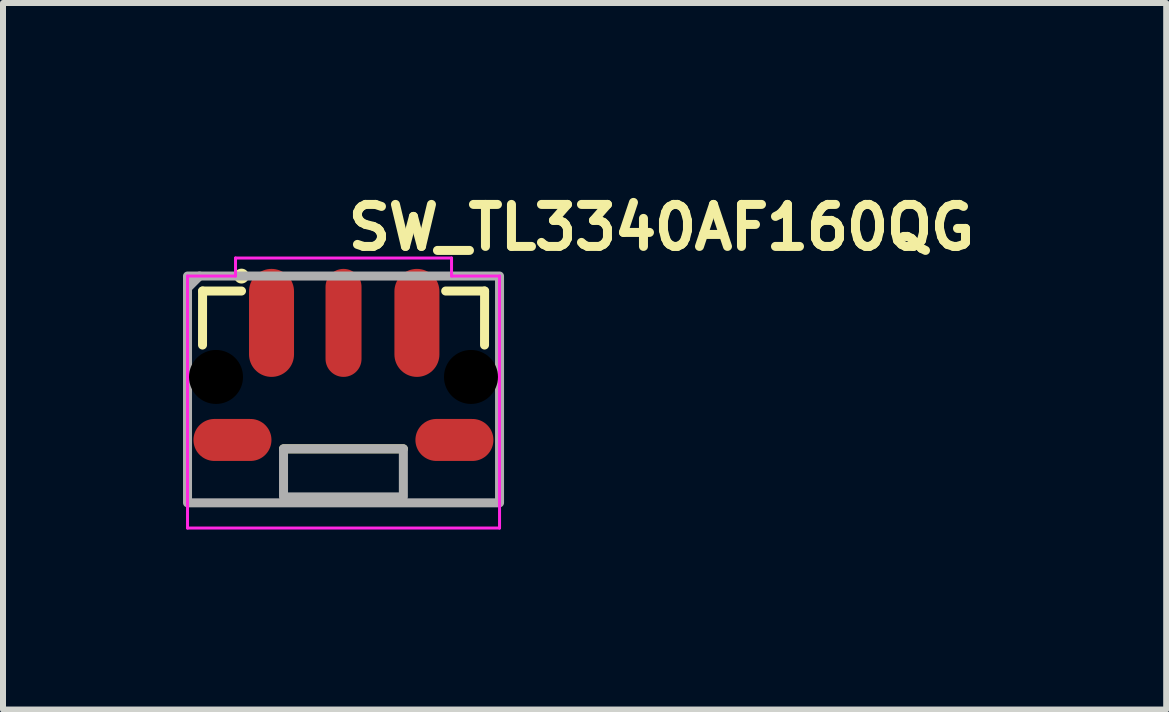
<source format=kicad_pcb>
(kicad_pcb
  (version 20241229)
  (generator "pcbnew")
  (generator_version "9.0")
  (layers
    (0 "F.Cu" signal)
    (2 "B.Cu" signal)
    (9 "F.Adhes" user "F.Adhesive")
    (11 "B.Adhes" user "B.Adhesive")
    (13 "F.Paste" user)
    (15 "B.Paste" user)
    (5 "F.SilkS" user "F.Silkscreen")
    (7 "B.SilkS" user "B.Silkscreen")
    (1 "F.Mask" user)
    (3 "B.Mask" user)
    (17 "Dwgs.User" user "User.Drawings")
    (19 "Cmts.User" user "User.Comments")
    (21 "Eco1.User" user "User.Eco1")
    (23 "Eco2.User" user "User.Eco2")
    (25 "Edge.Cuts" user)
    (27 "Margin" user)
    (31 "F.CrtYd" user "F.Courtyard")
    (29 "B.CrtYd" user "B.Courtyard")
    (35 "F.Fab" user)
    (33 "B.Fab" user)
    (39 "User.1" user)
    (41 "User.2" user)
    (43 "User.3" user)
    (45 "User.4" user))
  (footprint "SW_TL3340AF160QG"
    (layer "F.Cu")
    (at 2.675 3.45)
    (property "Reference" "SW_TL3340AF160QG" (at 0 -2.3 0) (layer "F.SilkS") (effects (font (size 0.7 0.7) (thickness 0.15)) (justify left bottom)))
    (attr smd)
    (fp_line (start -2.349 -1.65) (end -2.35 -0.75) (stroke (width 0.15) (type solid)) (layer "F.SilkS"))
    (fp_line (start -2.349 -1.65) (end -1.7 -1.65) (stroke (width 0.15) (type solid)) (layer "F.SilkS"))
    (fp_line (start -1 0.98) (end 0.997 0.98) (stroke (width 0.15) (type solid)) (layer "F.SilkS"))
    (fp_line (start 1.702 -1.65) (end 2.351 -1.65) (stroke (width 0.15) (type solid)) (layer "F.SilkS"))
    (fp_line (start 2.351 -1.65) (end 2.35 -0.75) (stroke (width 0.15) (type solid)) (layer "F.SilkS"))
    (fp_circle (center -1.7 -1.899) (end -1.651 -1.899) (stroke (width 0.15) (type solid)) (fill yes) (layer "F.SilkS"))
    (fp_line (start -2.6 -1.9) (end -1.8 -1.9) (stroke (width 0.05) (type solid)) (layer "F.CrtYd"))
    (fp_line (start -2.6 2.3) (end -2.6 -1.9) (stroke (width 0.05) (type solid)) (layer "F.CrtYd"))
    (fp_line (start -1.8 -2.2) (end 1.8 -2.2) (stroke (width 0.05) (type solid)) (layer "F.CrtYd"))
    (fp_line (start -1.8 -1.9) (end -1.8 -2.2) (stroke (width 0.05) (type solid)) (layer "F.CrtYd"))
    (fp_line (start 1.8 -2.2) (end 1.8 -1.9) (stroke (width 0.05) (type solid)) (layer "F.CrtYd"))
    (fp_line (start 1.8 -1.9) (end 2.6 -1.9) (stroke (width 0.05) (type solid)) (layer "F.CrtYd"))
    (fp_line (start 2.6 -1.9) (end 2.6 2.3) (stroke (width 0.05) (type solid)) (layer "F.CrtYd"))
    (fp_line (start 2.6 2.3) (end -2.6 2.3) (stroke (width 0.05) (type solid)) (layer "F.CrtYd"))
    (fp_line (start -2.6 -1.7) (end -2.4 -1.9) (stroke (width 0.15) (type solid)) (layer "F.Fab"))
    (fp_rect (start -2.6 1.88) (end 2.6 -1.9) (stroke (width 0.15) (type solid)) (fill no) (layer "F.Fab"))
    (fp_rect (start 0.997 0.98) (end -1 1.781) (stroke (width 0.15) (type solid)) (fill no) (layer "F.Fab"))
    (fp_rect (start -2.25 -1.833) (end 2.249 1.832) (stroke (width 0.1) (type solid)) (fill no) (layer "User.5"))
    (fp_line (start -2.25 -1.518) (end -2.25 -0.82) (stroke (width 0.02) (type solid)) (layer "User.9"))
    (fp_line (start -2.25 -0.82) (end -2.25 -0.57) (stroke (width 0.02) (type solid)) (layer "User.9"))
    (fp_line (start -2.25 -0.82) (end -2.165 -0.82) (stroke (width 0.02) (type solid)) (layer "User.9"))
    (fp_line (start -2.25 -0.57) (end -2.25 0.682) (stroke (width 0.02) (type solid)) (layer "User.9"))
    (fp_line (start -2.25 -0.57) (end -2 -0.57) (stroke (width 0.02) (type solid)) (layer "User.9"))
    (fp_line (start -2.25 0.696) (end -2.25 0.682) (stroke (width 0.02) (type solid)) (layer "User.9"))
    (fp_line (start -2.25 0.707) (end -2.25 0.696) (stroke (width 0.02) (type solid)) (layer "User.9"))
    (fp_line (start -2.25 0.721) (end -2.25 0.707) (stroke (width 0.02) (type solid)) (layer "User.9"))
    (fp_line (start -2.246 0.734) (end -2.25 0.721) (stroke (width 0.02) (type solid)) (layer "User.9"))
    (fp_line (start -2.243 0.747) (end -2.246 0.734) (stroke (width 0.02) (type solid)) (layer "User.9"))
    (fp_line (start -2.242 0.76) (end -2.243 0.747) (stroke (width 0.02) (type solid)) (layer "User.9"))
    (fp_line (start -2.238 0.774) (end -2.242 0.76) (stroke (width 0.02) (type solid)) (layer "User.9"))
    (fp_line (start -2.234 0.787) (end -2.238 0.774) (stroke (width 0.02) (type solid)) (layer "User.9"))
    (fp_line (start -2.227 0.799) (end -2.234 0.787) (stroke (width 0.02) (type solid)) (layer "User.9"))
    (fp_line (start -2.222 0.811) (end -2.227 0.799) (stroke (width 0.02) (type solid)) (layer "User.9"))
    (fp_line (start -2.218 0.822) (end -2.222 0.811) (stroke (width 0.02) (type solid)) (layer "User.9"))
    (fp_line (start -2.21 0.832) (end -2.218 0.822) (stroke (width 0.02) (type solid)) (layer "User.9"))
    (fp_line (start -2.203 0.843) (end -2.21 0.832) (stroke (width 0.02) (type solid)) (layer "User.9"))
    (fp_line (start -2.195 0.853) (end -2.203 0.843) (stroke (width 0.02) (type solid)) (layer "User.9"))
    (fp_line (start -2.19 0.864) (end -2.195 0.853) (stroke (width 0.02) (type solid)) (layer "User.9"))
    (fp_line (start -2.182 0.874) (end -2.19 0.864) (stroke (width 0.02) (type solid)) (layer "User.9"))
    (fp_line (start -2.173 0.884) (end -2.182 0.874) (stroke (width 0.02) (type solid)) (layer "User.9"))
    (fp_line (start -2.165 -1.518) (end -2.25 -1.518) (stroke (width 0.02) (type solid)) (layer "User.9"))
    (fp_line (start -2.165 -1.518) (end -1.909 -1.518) (stroke (width 0.02) (type solid)) (layer "User.9"))
    (fp_line (start -2.162 0.893) (end -2.173 0.884) (stroke (width 0.02) (type solid)) (layer "User.9"))
    (fp_line (start -2.153 0.904) (end -2.162 0.893) (stroke (width 0.02) (type solid)) (layer "User.9"))
    (fp_line (start -2.145 0.912) (end -2.153 0.904) (stroke (width 0.02) (type solid)) (layer "User.9"))
    (fp_line (start -2.133 0.92) (end -2.145 0.912) (stroke (width 0.02) (type solid)) (layer "User.9"))
    (fp_line (start -2.122 0.928) (end -2.133 0.92) (stroke (width 0.02) (type solid)) (layer "User.9"))
    (fp_line (start -2.113 0.935) (end -2.122 0.928) (stroke (width 0.02) (type solid)) (layer "User.9"))
    (fp_line (start -2.101 0.942) (end -2.113 0.935) (stroke (width 0.02) (type solid)) (layer "User.9"))
    (fp_line (start -2.089 0.948) (end -2.101 0.942) (stroke (width 0.02) (type solid)) (layer "User.9"))
    (fp_line (start -2.077 0.954) (end -2.089 0.948) (stroke (width 0.02) (type solid)) (layer "User.9"))
    (fp_line (start -2.065 0.959) (end -2.077 0.954) (stroke (width 0.02) (type solid)) (layer "User.9"))
    (fp_line (start -2.053 0.962) (end -2.065 0.959) (stroke (width 0.02) (type solid)) (layer "User.9"))
    (fp_line (start -2.04 0.967) (end -2.053 0.962) (stroke (width 0.02) (type solid)) (layer "User.9"))
    (fp_line (start -2.028 0.97) (end -2.04 0.967) (stroke (width 0.02) (type solid)) (layer "User.9"))
    (fp_line (start -2.016 0.973) (end -2.028 0.97) (stroke (width 0.02) (type solid)) (layer "User.9"))
    (fp_line (start -2 -1.569) (end -2 -1.518) (stroke (width 0.02) (type solid)) (layer "User.9"))
    (fp_line (start -2 -0.82) (end -2.165 -0.82) (stroke (width 0.02) (type solid)) (layer "User.9"))
    (fp_line (start -2 -0.82) (end -2 0.782) (stroke (width 0.02) (type solid)) (layer "User.9"))
    (fp_line (start -2 0.782) (end -2 0.976) (stroke (width 0.02) (type solid)) (layer "User.9"))
    (fp_line (start -2 0.782) (end -1.901 0.782) (stroke (width 0.02) (type solid)) (layer "User.9"))
    (fp_line (start -2 0.976) (end -2.016 0.973) (stroke (width 0.02) (type solid)) (layer "User.9"))
    (fp_line (start -1.994 0.977) (end -2 0.976) (stroke (width 0.02) (type solid)) (layer "User.9"))
    (fp_line (start -1.988 0.978) (end -1.994 0.977) (stroke (width 0.02) (type solid)) (layer "User.9"))
    (fp_line (start -1.982 0.979) (end -1.988 0.978) (stroke (width 0.02) (type solid)) (layer "User.9"))
    (fp_line (start -1.976 0.979) (end -1.982 0.979) (stroke (width 0.02) (type solid)) (layer "User.9"))
    (fp_line (start -1.97 0.98) (end -1.976 0.979) (stroke (width 0.02) (type solid)) (layer "User.9"))
    (fp_line (start -1.966 -1.569) (end -2 -1.569) (stroke (width 0.02) (type solid)) (layer "User.9"))
    (fp_line (start -1.966 -1.569) (end -1.635 -1.569) (stroke (width 0.02) (type solid)) (layer "User.9"))
    (fp_line (start -1.964 0.98) (end -1.97 0.98) (stroke (width 0.02) (type solid)) (layer "User.9"))
    (fp_line (start -1.958 0.98) (end -1.964 0.98) (stroke (width 0.02) (type solid)) (layer "User.9"))
    (fp_line (start -1.95 0.98) (end -1.958 0.98) (stroke (width 0.02) (type solid)) (layer "User.9"))
    (fp_line (start -1.95 0.98) (end 1.949 0.98) (stroke (width 0.02) (type solid)) (layer "User.9"))
    (fp_line (start -1.901 -0.82) (end -2 -0.82) (stroke (width 0.02) (type solid)) (layer "User.9"))
    (fp_line (start -1.901 -0.82) (end -1.5 -0.82) (stroke (width 0.02) (type solid)) (layer "User.9"))
    (fp_line (start -1.851 -1.518) (end -1.909 -1.518) (stroke (width 0.02) (type solid)) (layer "User.9"))
    (fp_line (start -1.851 -1.518) (end -1.851 -1.319) (stroke (width 0.02) (type solid)) (layer "User.9"))
    (fp_line (start -1.851 -1.518) (end -1.738 -1.518) (stroke (width 0.02) (type solid)) (layer "User.9"))
    (fp_line (start -1.851 -1.518) (end -1.738 -1.518) (stroke (width 0.02) (type solid)) (layer "User.9"))
    (fp_line (start -1.851 -1.018) (end -1.851 -1.319) (stroke (width 0.02) (type solid)) (layer "User.9"))
    (fp_line (start -1.851 -1.018) (end -1.851 -0.82) (stroke (width 0.02) (type solid)) (layer "User.9"))
    (fp_line (start -1.738 -1.518) (end -1.651 -1.518) (stroke (width 0.02) (type solid)) (layer "User.9"))
    (fp_line (start -1.73 0.98) (end -1.73 1.082) (stroke (width 0.02) (type solid)) (layer "User.9"))
    (fp_line (start -1.73 1.082) (end -1.726 1.082) (stroke (width 0.02) (type solid)) (layer "User.9"))
    (fp_line (start -1.726 1.082) (end -1.726 1.082) (stroke (width 0.02) (type solid)) (layer "User.9"))
    (fp_line (start -1.726 1.082) (end -1.708 1.082) (stroke (width 0.02) (type solid)) (layer "User.9"))
    (fp_line (start -1.708 1.082) (end -1.708 1.082) (stroke (width 0.02) (type solid)) (layer "User.9"))
    (fp_line (start -1.708 1.082) (end -1.68 1.082) (stroke (width 0.02) (type solid)) (layer "User.9"))
    (fp_line (start -1.68 1.082) (end -1.68 1.082) (stroke (width 0.02) (type solid)) (layer "User.9"))
    (fp_line (start -1.68 1.082) (end -1.601 1.082) (stroke (width 0.02) (type solid)) (layer "User.9"))
    (fp_line (start -1.651 -1.518) (end -1.851 -1.518) (stroke (width 0.02) (type solid)) (layer "User.9"))
    (fp_line (start -1.651 -1.319) (end -1.651 -1.518) (stroke (width 0.02) (type solid)) (layer "User.9"))
    (fp_line (start -1.651 -1.018) (end -1.651 -1.319) (stroke (width 0.02) (type solid)) (layer "User.9"))
    (fp_line (start -1.651 -0.82) (end -1.651 -1.018) (stroke (width 0.02) (type solid)) (layer "User.9"))
    (fp_line (start -1.601 -1.569) (end -1.635 -1.569) (stroke (width 0.02) (type solid)) (layer "User.9"))
    (fp_line (start -1.601 -1.569) (end -1.601 -0.82) (stroke (width 0.02) (type solid)) (layer "User.9"))
    (fp_line (start -1.601 1.082) (end -1.601 1.082) (stroke (width 0.02) (type solid)) (layer "User.9"))
    (fp_line (start -1.601 1.082) (end -1.5 1.082) (stroke (width 0.02) (type solid)) (layer "User.9"))
    (fp_line (start -1.5 -1.833) (end -0.85 -1.833) (stroke (width 0.02) (type solid)) (layer "User.9"))
    (fp_line (start -1.5 -1.686) (end -1.5 -1.833) (stroke (width 0.02) (type solid)) (layer "User.9"))
    (fp_line (start -1.5 -1.686) (end -0.85 -1.686) (stroke (width 0.02) (type solid)) (layer "User.9"))
    (fp_line (start -1.5 -1.619) (end -1.5 -1.686) (stroke (width 0.02) (type solid)) (layer "User.9"))
    (fp_line (start -1.5 -1.619) (end -0.85 -1.619) (stroke (width 0.02) (type solid)) (layer "User.9"))
    (fp_line (start -1.5 -1.569) (end -1.601 -1.569) (stroke (width 0.02) (type solid)) (layer "User.9"))
    (fp_line (start -1.5 -1.569) (end -1.5 -1.619) (stroke (width 0.02) (type solid)) (layer "User.9"))
    (fp_line (start -1.5 -1.569) (end 1.499 -1.569) (stroke (width 0.02) (type solid)) (layer "User.9"))
    (fp_line (start -1.5 1.082) (end -1.5 1.082) (stroke (width 0.02) (type solid)) (layer "User.9"))
    (fp_line (start -1.5 1.082) (end -1.357 1.082) (stroke (width 0.02) (type solid)) (layer "User.9"))
    (fp_line (start -1.357 1.082) (end -1.357 1.082) (stroke (width 0.02) (type solid)) (layer "User.9"))
    (fp_line (start -1.357 1.082) (end -1.321 1.082) (stroke (width 0.02) (type solid)) (layer "User.9"))
    (fp_line (start -1.321 1.082) (end -1.321 1.082) (stroke (width 0.02) (type solid)) (layer "User.9"))
    (fp_line (start -1.321 1.082) (end -1.293 1.082) (stroke (width 0.02) (type solid)) (layer "User.9"))
    (fp_line (start -1.293 1.082) (end -1.293 1.082) (stroke (width 0.02) (type solid)) (layer "User.9"))
    (fp_line (start -1.293 1.082) (end -1.276 1.082) (stroke (width 0.02) (type solid)) (layer "User.9"))
    (fp_line (start -1.276 1.082) (end -1.276 1.082) (stroke (width 0.02) (type solid)) (layer "User.9"))
    (fp_line (start -1.276 1.082) (end -1.27 1.082) (stroke (width 0.02) (type solid)) (layer "User.9"))
    (fp_line (start -1.27 0.98) (end -1.27 1.082) (stroke (width 0.02) (type solid)) (layer "User.9"))
    (fp_line (start -1 0.98) (end -1 1.731) (stroke (width 0.02) (type solid)) (layer "User.9"))
    (fp_line (start -1 1.731) (end -1 1.737) (stroke (width 0.02) (type solid)) (layer "User.9"))
    (fp_line (start -1 1.737) (end -1 1.741) (stroke (width 0.02) (type solid)) (layer "User.9"))
    (fp_line (start -1 1.741) (end -1 1.747) (stroke (width 0.02) (type solid)) (layer "User.9"))
    (fp_line (start -1 1.747) (end -0.999 1.751) (stroke (width 0.02) (type solid)) (layer "User.9"))
    (fp_line (start -0.999 1.751) (end -0.998 1.757) (stroke (width 0.02) (type solid)) (layer "User.9"))
    (fp_line (start -0.998 1.757) (end -0.996 1.761) (stroke (width 0.02) (type solid)) (layer "User.9"))
    (fp_line (start -0.996 1.761) (end -0.995 1.765) (stroke (width 0.02) (type solid)) (layer "User.9"))
    (fp_line (start -0.995 1.765) (end -0.993 1.771) (stroke (width 0.02) (type solid)) (layer "User.9"))
    (fp_line (start -0.993 1.771) (end -0.991 1.775) (stroke (width 0.02) (type solid)) (layer "User.9"))
    (fp_line (start -0.991 1.775) (end -0.989 1.779) (stroke (width 0.02) (type solid)) (layer "User.9"))
    (fp_line (start -0.989 1.779) (end -0.986 1.783) (stroke (width 0.02) (type solid)) (layer "User.9"))
    (fp_line (start -0.986 1.783) (end -0.984 1.787) (stroke (width 0.02) (type solid)) (layer "User.9"))
    (fp_line (start -0.984 1.787) (end -0.981 1.792) (stroke (width 0.02) (type solid)) (layer "User.9"))
    (fp_line (start -0.981 1.792) (end -0.978 1.796) (stroke (width 0.02) (type solid)) (layer "User.9"))
    (fp_line (start -0.978 1.796) (end -0.974 1.798) (stroke (width 0.02) (type solid)) (layer "User.9"))
    (fp_line (start -0.974 1.798) (end -0.971 1.802) (stroke (width 0.02) (type solid)) (layer "User.9"))
    (fp_line (start -0.971 1.802) (end -0.968 1.806) (stroke (width 0.02) (type solid)) (layer "User.9"))
    (fp_line (start -0.968 1.806) (end -0.964 1.808) (stroke (width 0.02) (type solid)) (layer "User.9"))
    (fp_line (start -0.964 1.808) (end -0.96 1.812) (stroke (width 0.02) (type solid)) (layer "User.9"))
    (fp_line (start -0.96 1.812) (end -0.958 1.814) (stroke (width 0.02) (type solid)) (layer "User.9"))
    (fp_line (start -0.958 1.814) (end -0.954 1.818) (stroke (width 0.02) (type solid)) (layer "User.9"))
    (fp_line (start -0.954 1.818) (end -0.95 1.82) (stroke (width 0.02) (type solid)) (layer "User.9"))
    (fp_line (start -0.95 1.82) (end -0.945 1.822) (stroke (width 0.02) (type solid)) (layer "User.9"))
    (fp_line (start -0.945 1.822) (end -0.941 1.824) (stroke (width 0.02) (type solid)) (layer "User.9"))
    (fp_line (start -0.941 1.824) (end -0.936 1.826) (stroke (width 0.02) (type solid)) (layer "User.9"))
    (fp_line (start -0.936 1.826) (end -0.932 1.828) (stroke (width 0.02) (type solid)) (layer "User.9"))
    (fp_line (start -0.932 1.828) (end -0.927 1.828) (stroke (width 0.02) (type solid)) (layer "User.9"))
    (fp_line (start -0.927 1.828) (end -0.922 1.83) (stroke (width 0.02) (type solid)) (layer "User.9"))
    (fp_line (start -0.922 1.83) (end -0.917 1.83) (stroke (width 0.02) (type solid)) (layer "User.9"))
    (fp_line (start -0.917 1.83) (end -0.912 1.832) (stroke (width 0.02) (type solid)) (layer "User.9"))
    (fp_line (start -0.912 1.832) (end -0.907 1.832) (stroke (width 0.02) (type solid)) (layer "User.9"))
    (fp_line (start -0.907 1.832) (end -0.903 1.832) (stroke (width 0.02) (type solid)) (layer "User.9"))
    (fp_line (start -0.903 1.832) (end -0.878 1.832) (stroke (width 0.02) (type solid)) (layer "User.9"))
    (fp_line (start -0.878 1.832) (end -0.878 1.832) (stroke (width 0.02) (type solid)) (layer "User.9"))
    (fp_line (start -0.878 1.832) (end -0.813 1.832) (stroke (width 0.02) (type solid)) (layer "User.9"))
    (fp_line (start -0.85 -1.833) (end -0.85 -1.686) (stroke (width 0.02) (type solid)) (layer "User.9"))
    (fp_line (start -0.85 -1.686) (end -0.85 -1.619) (stroke (width 0.02) (type solid)) (layer "User.9"))
    (fp_line (start -0.85 -1.619) (end -0.85 -1.569) (stroke (width 0.02) (type solid)) (layer "User.9"))
    (fp_line (start -0.813 1.832) (end -0.813 1.832) (stroke (width 0.02) (type solid)) (layer "User.9"))
    (fp_line (start -0.813 1.832) (end -0.704 1.832) (stroke (width 0.02) (type solid)) (layer "User.9"))
    (fp_line (start -0.704 1.832) (end -0.704 1.832) (stroke (width 0.02) (type solid)) (layer "User.9"))
    (fp_line (start -0.704 1.832) (end -0.564 1.832) (stroke (width 0.02) (type solid)) (layer "User.9"))
    (fp_line (start -0.564 1.832) (end -0.564 1.832) (stroke (width 0.02) (type solid)) (layer "User.9"))
    (fp_line (start -0.564 1.832) (end -0.393 1.832) (stroke (width 0.02) (type solid)) (layer "User.9"))
    (fp_line (start -0.393 1.832) (end -0.393 1.832) (stroke (width 0.02) (type solid)) (layer "User.9"))
    (fp_line (start -0.393 1.832) (end -0.203 1.832) (stroke (width 0.02) (type solid)) (layer "User.9"))
    (fp_line (start -0.25 -1.833) (end -0.25 -1.686) (stroke (width 0.02) (type solid)) (layer "User.9"))
    (fp_line (start -0.25 -1.833) (end 0.247 -1.833) (stroke (width 0.02) (type solid)) (layer "User.9"))
    (fp_line (start -0.25 -1.686) (end -0.25 -1.619) (stroke (width 0.02) (type solid)) (layer "User.9"))
    (fp_line (start -0.25 -1.686) (end 0.247 -1.686) (stroke (width 0.02) (type solid)) (layer "User.9"))
    (fp_line (start -0.25 -1.619) (end -0.25 -1.569) (stroke (width 0.02) (type solid)) (layer "User.9"))
    (fp_line (start -0.25 -1.619) (end 0.247 -1.619) (stroke (width 0.02) (type solid)) (layer "User.9"))
    (fp_line (start -0.203 1.832) (end -0.203 1.832) (stroke (width 0.02) (type solid)) (layer "User.9"))
    (fp_line (start -0.203 1.832) (end 0 1.832) (stroke (width 0.02) (type solid)) (layer "User.9"))
    (fp_line (start 0 1.832) (end 0 1.832) (stroke (width 0.02) (type solid)) (layer "User.9"))
    (fp_line (start 0 1.832) (end 0.2 1.832) (stroke (width 0.02) (type solid)) (layer "User.9"))
    (fp_line (start 0.2 1.832) (end 0.2 1.832) (stroke (width 0.02) (type solid)) (layer "User.9"))
    (fp_line (start 0.2 1.832) (end 0.39 1.832) (stroke (width 0.02) (type solid)) (layer "User.9"))
    (fp_line (start 0.247 -1.686) (end 0.247 -1.833) (stroke (width 0.02) (type solid)) (layer "User.9"))
    (fp_line (start 0.247 -1.619) (end 0.247 -1.686) (stroke (width 0.02) (type solid)) (layer "User.9"))
    (fp_line (start 0.247 -1.569) (end 0.247 -1.619) (stroke (width 0.02) (type solid)) (layer "User.9"))
    (fp_line (start 0.39 1.832) (end 0.39 1.832) (stroke (width 0.02) (type solid)) (layer "User.9"))
    (fp_line (start 0.39 1.832) (end 0.561 1.832) (stroke (width 0.02) (type solid)) (layer "User.9"))
    (fp_line (start 0.561 1.832) (end 0.561 1.832) (stroke (width 0.02) (type solid)) (layer "User.9"))
    (fp_line (start 0.561 1.832) (end 0.703 1.832) (stroke (width 0.02) (type solid)) (layer "User.9"))
    (fp_line (start 0.703 1.832) (end 0.703 1.832) (stroke (width 0.02) (type solid)) (layer "User.9"))
    (fp_line (start 0.703 1.832) (end 0.81 1.832) (stroke (width 0.02) (type solid)) (layer "User.9"))
    (fp_line (start 0.81 1.832) (end 0.81 1.832) (stroke (width 0.02) (type solid)) (layer "User.9"))
    (fp_line (start 0.81 1.832) (end 0.875 1.832) (stroke (width 0.02) (type solid)) (layer "User.9"))
    (fp_line (start 0.847 -1.833) (end 0.847 -1.686) (stroke (width 0.02) (type solid)) (layer "User.9"))
    (fp_line (start 0.847 -1.686) (end 0.847 -1.619) (stroke (width 0.02) (type solid)) (layer "User.9"))
    (fp_line (start 0.847 -1.619) (end 0.847 -1.569) (stroke (width 0.02) (type solid)) (layer "User.9"))
    (fp_line (start 0.875 1.832) (end 0.875 1.832) (stroke (width 0.02) (type solid)) (layer "User.9"))
    (fp_line (start 0.875 1.832) (end 0.9 1.832) (stroke (width 0.02) (type solid)) (layer "User.9"))
    (fp_line (start 0.905 1.832) (end 0.9 1.832) (stroke (width 0.02) (type solid)) (layer "User.9"))
    (fp_line (start 0.91 1.832) (end 0.905 1.832) (stroke (width 0.02) (type solid)) (layer "User.9"))
    (fp_line (start 0.915 1.83) (end 0.91 1.832) (stroke (width 0.02) (type solid)) (layer "User.9"))
    (fp_line (start 0.919 1.83) (end 0.915 1.83) (stroke (width 0.02) (type solid)) (layer "User.9"))
    (fp_line (start 0.924 1.828) (end 0.919 1.83) (stroke (width 0.02) (type solid)) (layer "User.9"))
    (fp_line (start 0.929 1.828) (end 0.924 1.828) (stroke (width 0.02) (type solid)) (layer "User.9"))
    (fp_line (start 0.934 1.826) (end 0.929 1.828) (stroke (width 0.02) (type solid)) (layer "User.9"))
    (fp_line (start 0.938 1.824) (end 0.934 1.826) (stroke (width 0.02) (type solid)) (layer "User.9"))
    (fp_line (start 0.943 1.822) (end 0.938 1.824) (stroke (width 0.02) (type solid)) (layer "User.9"))
    (fp_line (start 0.947 1.82) (end 0.943 1.822) (stroke (width 0.02) (type solid)) (layer "User.9"))
    (fp_line (start 0.951 1.818) (end 0.947 1.82) (stroke (width 0.02) (type solid)) (layer "User.9"))
    (fp_line (start 0.955 1.814) (end 0.951 1.818) (stroke (width 0.02) (type solid)) (layer "User.9"))
    (fp_line (start 0.959 1.812) (end 0.955 1.814) (stroke (width 0.02) (type solid)) (layer "User.9"))
    (fp_line (start 0.961 1.808) (end 0.959 1.812) (stroke (width 0.02) (type solid)) (layer "User.9"))
    (fp_line (start 0.965 1.806) (end 0.961 1.808) (stroke (width 0.02) (type solid)) (layer "User.9"))
    (fp_line (start 0.968 1.802) (end 0.965 1.806) (stroke (width 0.02) (type solid)) (layer "User.9"))
    (fp_line (start 0.972 1.798) (end 0.968 1.802) (stroke (width 0.02) (type solid)) (layer "User.9"))
    (fp_line (start 0.975 1.794) (end 0.972 1.798) (stroke (width 0.02) (type solid)) (layer "User.9"))
    (fp_line (start 0.978 1.791) (end 0.975 1.794) (stroke (width 0.02) (type solid)) (layer "User.9"))
    (fp_line (start 0.981 1.787) (end 0.978 1.791) (stroke (width 0.02) (type solid)) (layer "User.9"))
    (fp_line (start 0.984 1.783) (end 0.981 1.787) (stroke (width 0.02) (type solid)) (layer "User.9"))
    (fp_line (start 0.986 1.779) (end 0.984 1.783) (stroke (width 0.02) (type solid)) (layer "User.9"))
    (fp_line (start 0.988 1.775) (end 0.986 1.779) (stroke (width 0.02) (type solid)) (layer "User.9"))
    (fp_line (start 0.99 1.769) (end 0.988 1.775) (stroke (width 0.02) (type solid)) (layer "User.9"))
    (fp_line (start 0.992 1.765) (end 0.99 1.769) (stroke (width 0.02) (type solid)) (layer "User.9"))
    (fp_line (start 0.994 1.761) (end 0.992 1.765) (stroke (width 0.02) (type solid)) (layer "User.9"))
    (fp_line (start 0.995 1.755) (end 0.994 1.761) (stroke (width 0.02) (type solid)) (layer "User.9"))
    (fp_line (start 0.996 1.751) (end 0.995 1.755) (stroke (width 0.02) (type solid)) (layer "User.9"))
    (fp_line (start 0.997 0.98) (end 0.997 1.731) (stroke (width 0.02) (type solid)) (layer "User.9"))
    (fp_line (start 0.997 1.731) (end 0.998 1.737) (stroke (width 0.02) (type solid)) (layer "User.9"))
    (fp_line (start 0.997 1.741) (end 0.997 1.747) (stroke (width 0.02) (type solid)) (layer "User.9"))
    (fp_line (start 0.997 1.747) (end 0.996 1.751) (stroke (width 0.02) (type solid)) (layer "User.9"))
    (fp_line (start 0.998 1.737) (end 0.997 1.741) (stroke (width 0.02) (type solid)) (layer "User.9"))
    (fp_line (start 1.269 0.98) (end 1.269 1.082) (stroke (width 0.02) (type solid)) (layer "User.9"))
    (fp_line (start 1.269 1.082) (end 1.275 1.082) (stroke (width 0.02) (type solid)) (layer "User.9"))
    (fp_line (start 1.275 1.082) (end 1.275 1.082) (stroke (width 0.02) (type solid)) (layer "User.9"))
    (fp_line (start 1.275 1.082) (end 1.292 1.082) (stroke (width 0.02) (type solid)) (layer "User.9"))
    (fp_line (start 1.292 1.082) (end 1.292 1.082) (stroke (width 0.02) (type solid)) (layer "User.9"))
    (fp_line (start 1.292 1.082) (end 1.32 1.082) (stroke (width 0.02) (type solid)) (layer "User.9"))
    (fp_line (start 1.32 1.082) (end 1.32 1.082) (stroke (width 0.02) (type solid)) (layer "User.9"))
    (fp_line (start 1.32 1.082) (end 1.4 1.082) (stroke (width 0.02) (type solid)) (layer "User.9"))
    (fp_line (start 1.4 1.082) (end 1.4 1.082) (stroke (width 0.02) (type solid)) (layer "User.9"))
    (fp_line (start 1.4 1.082) (end 1.499 1.082) (stroke (width 0.02) (type solid)) (layer "User.9"))
    (fp_line (start 1.499 -1.833) (end 0.847 -1.833) (stroke (width 0.02) (type solid)) (layer "User.9"))
    (fp_line (start 1.499 -1.686) (end 0.847 -1.686) (stroke (width 0.02) (type solid)) (layer "User.9"))
    (fp_line (start 1.499 -1.686) (end 1.499 -1.833) (stroke (width 0.02) (type solid)) (layer "User.9"))
    (fp_line (start 1.499 -1.619) (end 0.847 -1.619) (stroke (width 0.02) (type solid)) (layer "User.9"))
    (fp_line (start 1.499 -1.619) (end 1.499 -1.686) (stroke (width 0.02) (type solid)) (layer "User.9"))
    (fp_line (start 1.499 -1.569) (end 1.499 -1.619) (stroke (width 0.02) (type solid)) (layer "User.9"))
    (fp_line (start 1.499 -0.82) (end 1.898 -0.82) (stroke (width 0.02) (type solid)) (layer "User.9"))
    (fp_line (start 1.499 1.082) (end 1.499 1.082) (stroke (width 0.02) (type solid)) (layer "User.9"))
    (fp_line (start 1.499 1.082) (end 1.642 1.082) (stroke (width 0.02) (type solid)) (layer "User.9"))
    (fp_line (start 1.6 -1.569) (end 1.499 -1.569) (stroke (width 0.02) (type solid)) (layer "User.9"))
    (fp_line (start 1.6 -0.82) (end 1.6 -1.569) (stroke (width 0.02) (type solid)) (layer "User.9"))
    (fp_line (start 1.634 -1.569) (end 1.6 -1.569) (stroke (width 0.02) (type solid)) (layer "User.9"))
    (fp_line (start 1.634 -1.569) (end 1.965 -1.569) (stroke (width 0.02) (type solid)) (layer "User.9"))
    (fp_line (start 1.642 1.082) (end 1.642 1.082) (stroke (width 0.02) (type solid)) (layer "User.9"))
    (fp_line (start 1.642 1.082) (end 1.679 1.082) (stroke (width 0.02) (type solid)) (layer "User.9"))
    (fp_line (start 1.648 -1.518) (end 1.648 -1.319) (stroke (width 0.02) (type solid)) (layer "User.9"))
    (fp_line (start 1.648 -1.018) (end 1.648 -1.319) (stroke (width 0.02) (type solid)) (layer "User.9"))
    (fp_line (start 1.648 -1.018) (end 1.648 -0.82) (stroke (width 0.02) (type solid)) (layer "User.9"))
    (fp_line (start 1.679 1.082) (end 1.679 1.082) (stroke (width 0.02) (type solid)) (layer "User.9"))
    (fp_line (start 1.679 1.082) (end 1.707 1.082) (stroke (width 0.02) (type solid)) (layer "User.9"))
    (fp_line (start 1.707 1.082) (end 1.707 1.082) (stroke (width 0.02) (type solid)) (layer "User.9"))
    (fp_line (start 1.707 1.082) (end 1.723 1.082) (stroke (width 0.02) (type solid)) (layer "User.9"))
    (fp_line (start 1.723 1.082) (end 1.723 1.082) (stroke (width 0.02) (type solid)) (layer "User.9"))
    (fp_line (start 1.723 1.082) (end 1.729 1.082) (stroke (width 0.02) (type solid)) (layer "User.9"))
    (fp_line (start 1.729 0.98) (end 1.729 1.082) (stroke (width 0.02) (type solid)) (layer "User.9"))
    (fp_line (start 1.85 -1.518) (end 1.648 -1.518) (stroke (width 0.02) (type solid)) (layer "User.9"))
    (fp_line (start 1.85 -1.319) (end 1.85 -1.518) (stroke (width 0.02) (type solid)) (layer "User.9"))
    (fp_line (start 1.85 -1.018) (end 1.85 -1.319) (stroke (width 0.02) (type solid)) (layer "User.9"))
    (fp_line (start 1.85 -0.82) (end 1.85 -1.018) (stroke (width 0.02) (type solid)) (layer "User.9"))
    (fp_line (start 1.898 0.782) (end 1.999 0.782) (stroke (width 0.02) (type solid)) (layer "User.9"))
    (fp_line (start 1.908 -1.518) (end 1.85 -1.518) (stroke (width 0.02) (type solid)) (layer "User.9"))
    (fp_line (start 1.955 0.98) (end 1.949 0.98) (stroke (width 0.02) (type solid)) (layer "User.9"))
    (fp_line (start 1.961 0.98) (end 1.955 0.98) (stroke (width 0.02) (type solid)) (layer "User.9"))
    (fp_line (start 1.967 0.98) (end 1.961 0.98) (stroke (width 0.02) (type solid)) (layer "User.9"))
    (fp_line (start 1.975 0.979) (end 1.967 0.98) (stroke (width 0.02) (type solid)) (layer "User.9"))
    (fp_line (start 1.981 0.979) (end 1.975 0.979) (stroke (width 0.02) (type solid)) (layer "User.9"))
    (fp_line (start 1.987 0.978) (end 1.981 0.979) (stroke (width 0.02) (type solid)) (layer "User.9"))
    (fp_line (start 1.993 0.977) (end 1.987 0.978) (stroke (width 0.02) (type solid)) (layer "User.9"))
    (fp_line (start 1.999 -1.569) (end 1.965 -1.569) (stroke (width 0.02) (type solid)) (layer "User.9"))
    (fp_line (start 1.999 -1.569) (end 1.999 -1.518) (stroke (width 0.02) (type solid)) (layer "User.9"))
    (fp_line (start 1.999 -1.518) (end 1.999 -1.569) (stroke (width 0.02) (type solid)) (layer "User.9"))
    (fp_line (start 1.999 -0.82) (end 1.898 -0.82) (stroke (width 0.02) (type solid)) (layer "User.9"))
    (fp_line (start 1.999 -0.82) (end 2.16 -0.82) (stroke (width 0.02) (type solid)) (layer "User.9"))
    (fp_line (start 1.999 0.782) (end 1.999 -0.82) (stroke (width 0.02) (type solid)) (layer "User.9"))
    (fp_line (start 1.999 0.782) (end 1.999 0.976) (stroke (width 0.02) (type solid)) (layer "User.9"))
    (fp_line (start 1.999 0.976) (end 1.993 0.977) (stroke (width 0.02) (type solid)) (layer "User.9"))
    (fp_line (start 2.011 0.973) (end 1.999 0.976) (stroke (width 0.02) (type solid)) (layer "User.9"))
    (fp_line (start 2.026 0.97) (end 2.011 0.973) (stroke (width 0.02) (type solid)) (layer "User.9"))
    (fp_line (start 2.039 0.967) (end 2.026 0.97) (stroke (width 0.02) (type solid)) (layer "User.9"))
    (fp_line (start 2.052 0.962) (end 2.039 0.967) (stroke (width 0.02) (type solid)) (layer "User.9"))
    (fp_line (start 2.064 0.959) (end 2.052 0.962) (stroke (width 0.02) (type solid)) (layer "User.9"))
    (fp_line (start 2.076 0.954) (end 2.064 0.959) (stroke (width 0.02) (type solid)) (layer "User.9"))
    (fp_line (start 2.088 0.948) (end 2.076 0.954) (stroke (width 0.02) (type solid)) (layer "User.9"))
    (fp_line (start 2.099 0.942) (end 2.088 0.948) (stroke (width 0.02) (type solid)) (layer "User.9"))
    (fp_line (start 2.111 0.935) (end 2.099 0.942) (stroke (width 0.02) (type solid)) (layer "User.9"))
    (fp_line (start 2.12 0.928) (end 2.111 0.935) (stroke (width 0.02) (type solid)) (layer "User.9"))
    (fp_line (start 2.132 0.92) (end 2.12 0.928) (stroke (width 0.02) (type solid)) (layer "User.9"))
    (fp_line (start 2.14 0.912) (end 2.132 0.92) (stroke (width 0.02) (type solid)) (layer "User.9"))
    (fp_line (start 2.152 0.904) (end 2.14 0.912) (stroke (width 0.02) (type solid)) (layer "User.9"))
    (fp_line (start 2.16 -1.518) (end 1.908 -1.518) (stroke (width 0.02) (type solid)) (layer "User.9"))
    (fp_line (start 2.16 -0.82) (end 2.249 -0.82) (stroke (width 0.02) (type solid)) (layer "User.9"))
    (fp_line (start 2.16 0.893) (end 2.152 0.904) (stroke (width 0.02) (type solid)) (layer "User.9"))
    (fp_line (start 2.168 0.884) (end 2.16 0.893) (stroke (width 0.02) (type solid)) (layer "User.9"))
    (fp_line (start 2.177 0.874) (end 2.168 0.884) (stroke (width 0.02) (type solid)) (layer "User.9"))
    (fp_line (start 2.185 0.864) (end 2.177 0.874) (stroke (width 0.02) (type solid)) (layer "User.9"))
    (fp_line (start 2.193 0.853) (end 2.185 0.864) (stroke (width 0.02) (type solid)) (layer "User.9"))
    (fp_line (start 2.201 0.843) (end 2.193 0.853) (stroke (width 0.02) (type solid)) (layer "User.9"))
    (fp_line (start 2.208 0.832) (end 2.201 0.843) (stroke (width 0.02) (type solid)) (layer "User.9"))
    (fp_line (start 2.213 0.822) (end 2.208 0.832) (stroke (width 0.02) (type solid)) (layer "User.9"))
    (fp_line (start 2.221 0.811) (end 2.213 0.822) (stroke (width 0.02) (type solid)) (layer "User.9"))
    (fp_line (start 2.225 0.799) (end 2.221 0.811) (stroke (width 0.02) (type solid)) (layer "User.9"))
    (fp_line (start 2.229 0.787) (end 2.225 0.799) (stroke (width 0.02) (type solid)) (layer "User.9"))
    (fp_line (start 2.233 0.774) (end 2.229 0.787) (stroke (width 0.02) (type solid)) (layer "User.9"))
    (fp_line (start 2.237 0.76) (end 2.233 0.774) (stroke (width 0.02) (type solid)) (layer "User.9"))
    (fp_line (start 2.241 0.747) (end 2.237 0.76) (stroke (width 0.02) (type solid)) (layer "User.9"))
    (fp_line (start 2.245 0.721) (end 2.245 0.734) (stroke (width 0.02) (type solid)) (layer "User.9"))
    (fp_line (start 2.245 0.734) (end 2.241 0.747) (stroke (width 0.02) (type solid)) (layer "User.9"))
    (fp_line (start 2.248 0.707) (end 2.245 0.721) (stroke (width 0.02) (type solid)) (layer "User.9"))
    (fp_line (start 2.249 -1.518) (end 2.16 -1.518) (stroke (width 0.02) (type solid)) (layer "User.9"))
    (fp_line (start 2.249 -0.82) (end 2.249 -1.518) (stroke (width 0.02) (type solid)) (layer "User.9"))
    (fp_line (start 2.249 -0.82) (end 2.249 -0.57) (stroke (width 0.02) (type solid)) (layer "User.9"))
    (fp_line (start 2.249 -0.57) (end 1.999 -0.57) (stroke (width 0.02) (type solid)) (layer "User.9"))
    (fp_line (start 2.249 -0.57) (end 2.249 0.682) (stroke (width 0.02) (type solid)) (layer "User.9"))
    (fp_line (start 2.249 0.682) (end 2.249 0.696) (stroke (width 0.02) (type solid)) (layer "User.9"))
    (fp_line (start 2.249 0.696) (end 2.248 0.707) (stroke (width 0.02) (type solid)) (layer "User.9"))
    (pad "" np_thru_hole circle (at -2.125 -0.218 180) (size 0.9 0.9) (drill 0.9) (layers "*.Mask"))
    (pad "" np_thru_hole circle (at 2.124 -0.218 180) (size 0.9 0.9) (drill 0.9) (layers "*.Mask"))
    (pad "1" smd oval (at -1.2 -1.119 180) (size 0.75 1.8) (layers "F.Cu" "F.Mask" "F.Paste"))
    (pad "2" smd oval (at 0 -1.119 180) (size 0.6 1.8) (layers "F.Cu" "F.Mask" "F.Paste"))
    (pad "3" smd oval (at 1.223 -1.119 180) (size 0.75 1.8) (layers "F.Cu" "F.Mask" "F.Paste"))
    (pad "SH" smd oval (at -1.851 0.832 180) (size 1.3 0.7) (layers "F.Cu" "F.Mask" "F.Paste"))
    (pad "SH" smd oval (at 1.848 0.832 180) (size 1.3 0.7) (layers "F.Cu" "F.Mask" "F.Paste")))
  (gr_rect
    (start -3 -3)
    (end 16.385 8.775)
    (stroke (width 0.1) (type default))
    (fill no)
    (layer "Edge.Cuts")))
</source>
